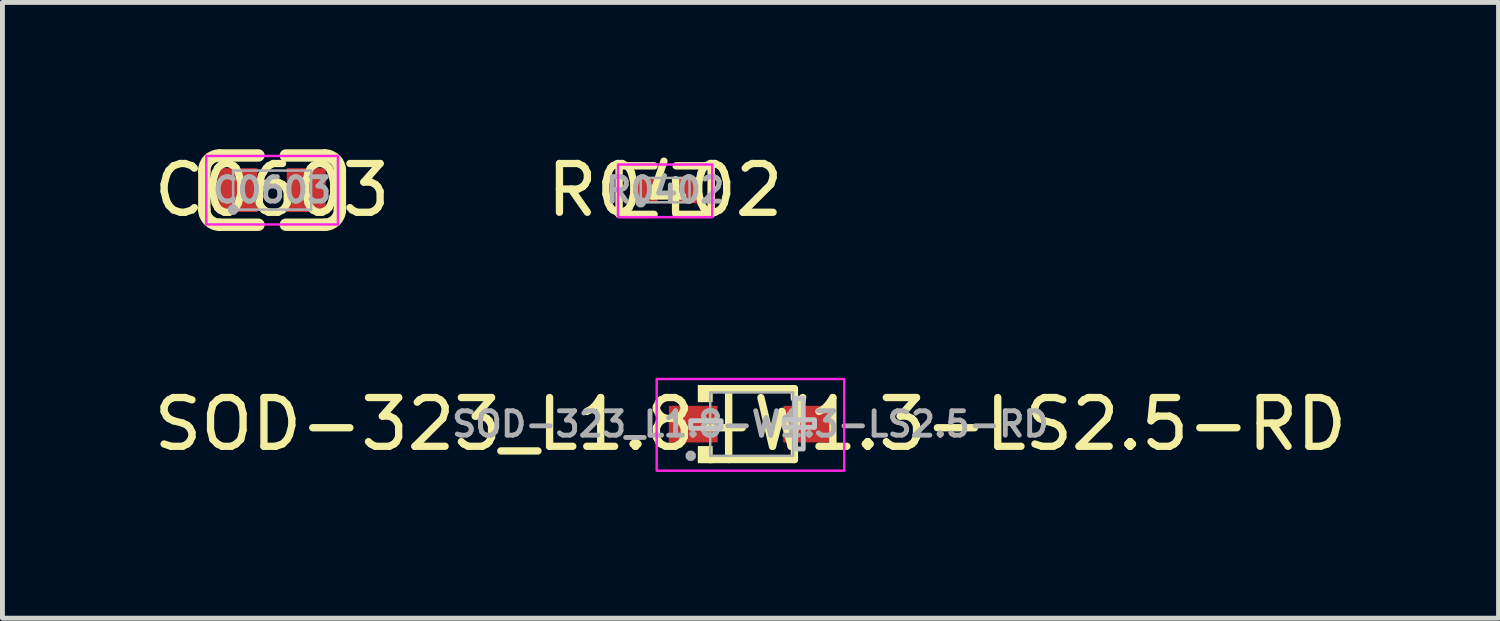
<source format=kicad_pcb>
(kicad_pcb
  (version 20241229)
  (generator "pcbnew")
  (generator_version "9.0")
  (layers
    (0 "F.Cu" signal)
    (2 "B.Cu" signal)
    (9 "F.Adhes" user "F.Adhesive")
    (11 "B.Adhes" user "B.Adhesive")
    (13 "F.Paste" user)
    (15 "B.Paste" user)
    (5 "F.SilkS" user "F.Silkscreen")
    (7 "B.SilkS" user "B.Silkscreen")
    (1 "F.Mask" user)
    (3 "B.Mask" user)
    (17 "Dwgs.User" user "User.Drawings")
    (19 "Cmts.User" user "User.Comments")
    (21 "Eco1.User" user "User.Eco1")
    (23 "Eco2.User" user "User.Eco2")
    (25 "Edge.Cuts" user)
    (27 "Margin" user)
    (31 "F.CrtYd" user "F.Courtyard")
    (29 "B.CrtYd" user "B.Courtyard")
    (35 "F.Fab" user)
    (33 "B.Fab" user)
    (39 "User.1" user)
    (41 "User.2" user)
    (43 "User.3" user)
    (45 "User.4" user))
  (footprint "R0402"
    (layer "F.Cu")
    (at 10.589 0.848)
    (property "Reference" "R0402" (at 0 0 0) (layer "F.SilkS") (effects (font (size 1 1) (thickness 0.15))))
    (fp_line (start -0.944 -0.498) (end -0.226 -0.498) (stroke (width 0.152) (type default)) (layer "F.SilkS"))
    (fp_line (start -0.944 0.498) (end -0.944 -0.498) (stroke (width 0.152) (type default)) (layer "F.SilkS"))
    (fp_line (start -0.226 0.498) (end -0.944 0.498) (stroke (width 0.152) (type default)) (layer "F.SilkS"))
    (fp_line (start 0.226 0.498) (end 0.944 0.498) (stroke (width 0.152) (type default)) (layer "F.SilkS"))
    (fp_line (start 0.944 -0.498) (end 0.226 -0.498) (stroke (width 0.152) (type default)) (layer "F.SilkS"))
    (fp_line (start 0.944 0.498) (end 0.944 -0.498) (stroke (width 0.152) (type default)) (layer "F.SilkS"))
    (fp_poly (pts (xy -0.135 0.23) (xy -0.135 -0.23) (xy -0.175 -0.27) (xy -0.675 -0.27) (xy -0.716 -0.23) (xy -0.716 0.23) (xy -0.675 0.27) (xy -0.175 0.27)) (stroke (width 0) (type default)) (fill yes) (layer "F.Paste"))
    (fp_poly (pts (xy 0.135 0.23) (xy 0.135 -0.23) (xy 0.175 -0.27) (xy 0.675 -0.27) (xy 0.716 -0.23) (xy 0.716 0.23) (xy 0.675 0.27) (xy 0.175 0.27)) (stroke (width 0) (type default)) (fill yes) (layer "F.Paste"))
    (fp_rect (start -0.966 -0.525) (end 0.966 0.555) (stroke (width 0.05) (type default)) (fill no) (layer "F.CrtYd"))
    (fp_line (start -0.5 -0.25) (end 0.5 -0.25) (stroke (width 0.051) (type default)) (layer "F.Fab"))
    (fp_line (start -0.5 0.25) (end -0.5 -0.25) (stroke (width 0.051) (type default)) (layer "F.Fab"))
    (fp_line (start 0.5 -0.25) (end 0.5 0.25) (stroke (width 0.051) (type default)) (layer "F.Fab"))
    (fp_line (start 0.5 0.25) (end -0.5 0.25) (stroke (width 0.051) (type default)) (layer "F.Fab"))
    (fp_poly (pts (xy -0.445 0.227) (xy -0.477 0.195) (xy -0.523 0.195) (xy -0.555 0.227) (xy -0.555 0.273) (xy -0.523 0.305) (xy -0.477 0.305) (xy -0.445 0.273)) (stroke (width 0.1) (type default)) (fill no) (layer "F.Fab"))
    (fp_poly (pts (xy -0.249 -0.25) (xy -0.249 0.25) (xy -0.499 0.25) (xy -0.499 -0.25)) (stroke (width 0.1) (type default)) (fill no) (layer "User.1"))
    (fp_poly (pts (xy 0.252 0.25) (xy 0.252 -0.25) (xy 0.501 -0.25) (xy 0.501 0.25)) (stroke (width 0.1) (type default)) (fill no) (layer "User.1"))
    (fp_text user "${REFERENCE}" (at 0 0 0) (layer "F.Fab") (effects (font (size 0.5 0.5) (thickness 0.1))))
    (pad "1" smd rect (at -0.433 0) (size 0.566 0.54) (layers "F.Cu" "F.Mask" "F.Paste"))
    (pad "2" smd rect (at 0.433 0) (size 0.566 0.54) (layers "F.Cu" "F.Mask" "F.Paste")))
  (footprint "SOD-323_L1.8-W1.3-LS2.5-RD"
    (layer "F.Cu")
    (at 12.339 5.647)
    (property "Reference" "SOD-323_L1.8-W1.3-LS2.5-RD" (at 0 0 0) (layer "F.SilkS") (effects (font (size 1 1) (thickness 0.15))))
    (fp_line (start -0.851 -0.726) (end 0.901 -0.726) (stroke (width 0.152) (type default)) (layer "F.SilkS"))
    (fp_line (start -0.851 0.726) (end 0.901 0.726) (stroke (width 0.152) (type default)) (layer "F.SilkS"))
    (fp_line (start -0.447 -0.726) (end -0.447 0.726) (stroke (width 0.152) (type default)) (layer "F.SilkS"))
    (fp_line (start 0.901 -0.726) (end 0.901 -0.53) (stroke (width 0.152) (type default)) (layer "F.SilkS"))
    (fp_line (start 0.901 0.726) (end 0.901 0.52) (stroke (width 0.152) (type default)) (layer "F.SilkS"))
    (fp_poly (pts (xy -0.775 -0.802) (xy -0.775 -0.45) (xy -1.08 -0.45) (xy -1.08 -0.802)) (stroke (width 0) (type default)) (fill yes) (layer "F.SilkS"))
    (fp_poly (pts (xy -0.775 0.802) (xy -0.775 0.45) (xy -1.08 0.45) (xy -1.08 0.802)) (stroke (width 0) (type default)) (fill yes) (layer "F.SilkS"))
    (fp_poly (pts (xy -1.225 -0.07) (xy -1.225 0.086) (xy -0.601 0.086) (xy -0.601 -0.07)) (stroke (width 0.1) (type default)) (fill no) (layer "Dwgs.User"))
    (fp_poly (pts (xy 1.083 -0.53) (xy 1.083 0.51) (xy 0.927 0.51) (xy 0.927 -0.53)) (stroke (width 0.1) (type default)) (fill no) (layer "Dwgs.User"))
    (fp_poly (pts (xy 1.315 -0.09) (xy 1.315 0.066) (xy 0.691 0.066) (xy 0.691 -0.09)) (stroke (width 0.1) (type default)) (fill no) (layer "Dwgs.User"))
    (fp_rect (start -1.923 -0.925) (end 1.923 0.955) (stroke (width 0.05) (type default)) (fill no) (layer "F.CrtYd"))
    (fp_line (start -0.825 -0.65) (end 0.875 -0.65) (stroke (width 0.051) (type default)) (layer "F.Fab"))
    (fp_line (start -0.825 0.65) (end -0.825 -0.65) (stroke (width 0.051) (type default)) (layer "F.Fab"))
    (fp_line (start 0.875 -0.65) (end 0.875 0.65) (stroke (width 0.051) (type default)) (layer "F.Fab"))
    (fp_line (start 0.875 0.65) (end -0.825 0.65) (stroke (width 0.051) (type default)) (layer "F.Fab"))
    (fp_poly (pts (xy -1.17 0.627) (xy -1.202 0.595) (xy -1.248 0.595) (xy -1.28 0.627) (xy -1.28 0.673) (xy -1.248 0.705) (xy -1.202 0.705) (xy -1.17 0.673)) (stroke (width 0.1) (type default)) (fill no) (layer "F.Fab"))
    (fp_poly (pts (xy -0.925 -0.16) (xy -0.925 0.16) (xy -1.225 0.16) (xy -1.225 -0.16)) (stroke (width 0.1) (type default)) (fill no) (layer "User.1"))
    (fp_poly (pts (xy -0.815 -0.16) (xy -0.815 0.16) (xy -0.935 0.16) (xy -0.935 -0.16)) (stroke (width 0.1) (type default)) (fill no) (layer "User.1"))
    (fp_poly (pts (xy 0.985 -0.16) (xy 0.985 0.16) (xy 0.865 0.16) (xy 0.865 -0.16)) (stroke (width 0.1) (type default)) (fill no) (layer "User.1"))
    (fp_poly (pts (xy 1.275 -0.16) (xy 1.275 0.16) (xy 0.975 0.16) (xy 0.975 -0.16)) (stroke (width 0.1) (type default)) (fill no) (layer "User.1"))
    (fp_text user "${REFERENCE}" (at 0 0 0) (layer "F.Fab") (effects (font (size 0.5 0.5) (thickness 0.1))))
    (pad "1" smd rect (at -1.173 0) (size 1 0.75) (layers "F.Cu" "F.Mask" "F.Paste"))
    (pad "2" smd rect (at 1.173 0) (size 1 0.75) (layers "F.Cu" "F.Mask" "F.Paste")))
  (footprint "C0603"
    (layer "F.Cu")
    (at 2.53 0.848)
    (property "Reference" "C0603" (at 0 0 0) (layer "F.SilkS") (effects (font (size 1 1) (thickness 0.15))))
    (fp_line (start -1.39 0.4) (end -1.39 -0.401) (stroke (width 0.254) (type default)) (layer "F.SilkS"))
    (fp_line (start -0.28 -0.71) (end -1.08 -0.71) (stroke (width 0.254) (type default)) (layer "F.SilkS"))
    (fp_line (start -0.28 0.71) (end -1.08 0.71) (stroke (width 0.254) (type default)) (layer "F.SilkS"))
    (fp_line (start 0.281 -0.71) (end 1.08 -0.71) (stroke (width 0.254) (type default)) (layer "F.SilkS"))
    (fp_line (start 0.281 0.71) (end 1.08 0.71) (stroke (width 0.254) (type default)) (layer "F.SilkS"))
    (fp_line (start 1.39 -0.4) (end 1.39 0.401) (stroke (width 0.254) (type default)) (layer "F.SilkS"))
    (fp_arc (start -1.39 -0.4) (mid -1.29938 -0.619527) (end -1.08 -0.71) (stroke (width 0.254) (type default)) (layer "F.SilkS"))
    (fp_arc (start -1.08 0.7095) (mid -1.299203 0.618703) (end -1.39 0.3995) (stroke (width 0.254) (type default)) (layer "F.SilkS"))
    (fp_arc (start 1.08 -0.7095) (mid 1.29885 -0.61885) (end 1.39 -0.4) (stroke (width 0.254) (type default)) (layer "F.SilkS"))
    (fp_arc (start 1.39 0.4) (mid 1.299203 0.619203) (end 1.08 0.71) (stroke (width 0.254) (type default)) (layer "F.SilkS"))
    (fp_rect (start -1.35 -0.7) (end 1.35 0.705) (stroke (width 0.05) (type default)) (fill no) (layer "F.CrtYd"))
    (fp_line (start -0.8 -0.4) (end 0.8 -0.4) (stroke (width 0.051) (type default)) (layer "F.Fab"))
    (fp_line (start -0.8 0.4) (end -0.8 -0.4) (stroke (width 0.051) (type default)) (layer "F.Fab"))
    (fp_line (start 0.8 -0.4) (end 0.8 0.4) (stroke (width 0.051) (type default)) (layer "F.Fab"))
    (fp_line (start 0.8 0.4) (end -0.8 0.4) (stroke (width 0.051) (type default)) (layer "F.Fab"))
    (fp_poly (pts (xy -0.745 0.377) (xy -0.777 0.345) (xy -0.823 0.345) (xy -0.855 0.377) (xy -0.855 0.423) (xy -0.823 0.455) (xy -0.777 0.455) (xy -0.745 0.423)) (stroke (width 0.1) (type default)) (fill no) (layer "F.Fab"))
    (fp_poly (pts (xy -0.8 0.4) (xy -0.8 -0.4) (xy -0.5 -0.4) (xy -0.5 0.4)) (stroke (width 0.1) (type default)) (fill no) (layer "User.1"))
    (fp_poly (pts (xy 0.8 0.4) (xy 0.8 -0.4) (xy 0.5 -0.4) (xy 0.5 0.4)) (stroke (width 0.1) (type default)) (fill no) (layer "User.1"))
    (fp_text user "${REFERENCE}" (at 0 0 0) (layer "F.Fab") (effects (font (size 0.5 0.5) (thickness 0.1))))
    (pad "1" smd rect (at -0.7 0) (size 0.8 0.9) (layers "F.Cu" "F.Mask" "F.Paste"))
    (pad "2" smd rect (at 0.7 0) (size 0.8 0.9) (layers "F.Cu" "F.Mask" "F.Paste")))
  (gr_rect
    (start -3 -3)
    (end 27.679 9.627)
    (stroke (width 0.1) (type default))
    (fill no)
    (layer "Edge.Cuts")))
</source>
